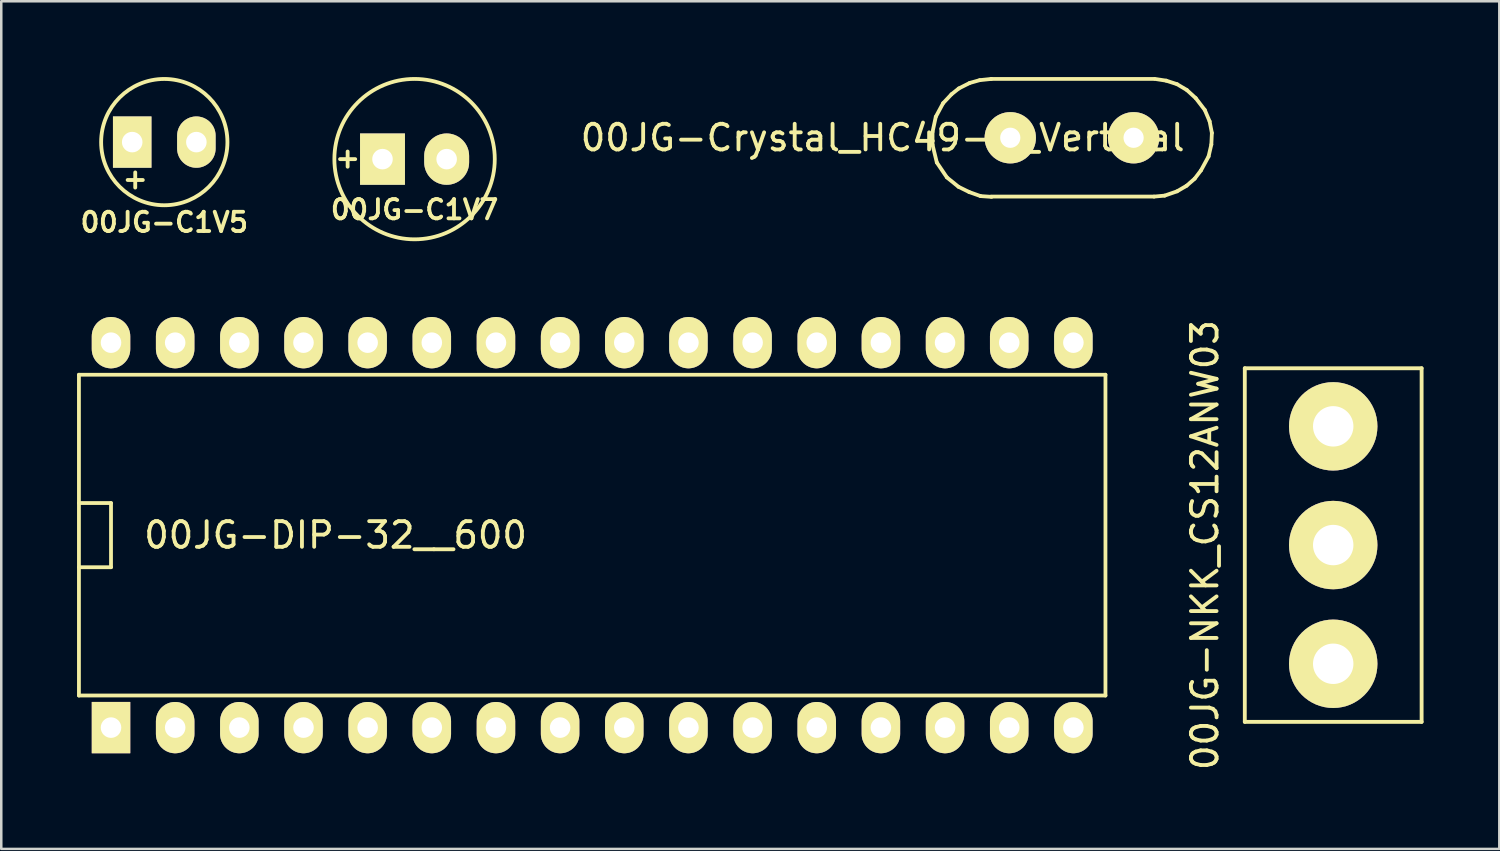
<source format=kicad_pcb>
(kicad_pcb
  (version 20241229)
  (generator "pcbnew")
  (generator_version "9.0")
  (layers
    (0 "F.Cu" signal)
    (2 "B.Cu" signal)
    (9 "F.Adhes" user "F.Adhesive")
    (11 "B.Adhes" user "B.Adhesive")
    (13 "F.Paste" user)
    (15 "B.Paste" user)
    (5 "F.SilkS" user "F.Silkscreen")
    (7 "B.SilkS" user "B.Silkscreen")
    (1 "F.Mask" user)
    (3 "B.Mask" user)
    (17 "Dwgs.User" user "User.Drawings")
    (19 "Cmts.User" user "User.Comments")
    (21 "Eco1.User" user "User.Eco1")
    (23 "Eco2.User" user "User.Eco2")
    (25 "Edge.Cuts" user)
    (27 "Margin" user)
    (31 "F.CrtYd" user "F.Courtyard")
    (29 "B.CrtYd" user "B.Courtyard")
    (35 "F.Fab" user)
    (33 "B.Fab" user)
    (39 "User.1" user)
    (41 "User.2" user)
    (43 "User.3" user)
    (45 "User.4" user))
  (footprint "00JG-C1V5"
    (layer "F.Cu")
    (at 3.454 2.576)
    (property "Reference" "00JG-C1V5" (at 0 3.175 0) (layer "F.SilkS") (effects (font (size 0.762 0.762) (thickness 0.152))))
    (attr through_hole)
    (fp_line (start -1.45 1.5) (end -0.85 1.5) (stroke (width 0.152) (type solid)) (layer "F.SilkS"))
    (fp_line (start -1.15 1.2) (end -1.15 1.8) (stroke (width 0.152) (type solid)) (layer "F.SilkS"))
    (fp_circle (center 0 0) (end 2.5 0) (stroke (width 0.152) (type solid)) (fill no) (layer "F.SilkS"))
    (pad "1" thru_hole rect (at -1.27 0) (size 1.524 2.032) (drill 0.813) (layers "*.Cu" "*.Mask" "F.SilkS"))
    (pad "2" thru_hole oval (at 1.27 0) (size 1.524 2.032) (drill 0.813) (layers "*.Cu" "*.Mask" "F.SilkS")))
  (footprint "00JG-C1V7"
    (layer "F.Cu")
    (at 13.363 3.25)
    (property "Reference" "00JG-C1V7" (at 0 2 0) (layer "F.SilkS") (effects (font (size 0.762 0.762) (thickness 0.152))))
    (attr through_hole)
    (fp_line (start -2.95 0) (end -2.35 0) (stroke (width 0.152) (type solid)) (layer "F.SilkS"))
    (fp_line (start -2.65 -0.3) (end -2.65 0.3) (stroke (width 0.152) (type solid)) (layer "F.SilkS"))
    (fp_circle (center 0 0) (end 3.175 0) (stroke (width 0.15) (type solid)) (fill no) (layer "F.SilkS"))
    (pad "1" thru_hole rect (at -1.27 0) (size 1.778 2.032) (drill 0.813) (layers "*.Cu" "*.Mask" "F.SilkS"))
    (pad "2" thru_hole oval (at 1.27 0) (size 1.778 2.032) (drill 0.813) (layers "*.Cu" "*.Mask" "F.SilkS")))
  (footprint "00JG-DIP-32__600"
    (layer "F.Cu")
    (at 20.395 18.136)
    (property "Reference" "00JG-DIP-32__600" (at -10.16 0 0) (layer "F.SilkS") (effects (font (size 1.016 1.016) (thickness 0.152))))
    (attr through_hole)
    (fp_line (start -20.32 -6.35) (end 20.32 -6.35) (stroke (width 0.15) (type solid)) (layer "F.SilkS"))
    (fp_line (start -20.32 1.27) (end -19.05 1.27) (stroke (width 0.15) (type solid)) (layer "F.SilkS"))
    (fp_line (start -20.32 6.35) (end -20.32 -6.35) (stroke (width 0.15) (type solid)) (layer "F.SilkS"))
    (fp_line (start -19.05 -1.27) (end -20.32 -1.27) (stroke (width 0.15) (type solid)) (layer "F.SilkS"))
    (fp_line (start -19.05 1.27) (end -19.05 -1.27) (stroke (width 0.15) (type solid)) (layer "F.SilkS"))
    (fp_line (start 20.32 -6.35) (end 20.32 6.35) (stroke (width 0.15) (type solid)) (layer "F.SilkS"))
    (fp_line (start 20.32 6.35) (end -20.32 6.35) (stroke (width 0.15) (type solid)) (layer "F.SilkS"))
    (pad "1" thru_hole rect (at -19.05 7.62) (size 1.524 2.032) (drill 0.813) (layers "*.Cu" "*.Mask" "F.SilkS"))
    (pad "2" thru_hole oval (at -16.51 7.62) (size 1.524 2.032) (drill 0.813) (layers "*.Cu" "*.Mask" "F.SilkS"))
    (pad "3" thru_hole oval (at -13.97 7.62) (size 1.524 2.032) (drill 0.813) (layers "*.Cu" "*.Mask" "F.SilkS"))
    (pad "4" thru_hole oval (at -11.43 7.62) (size 1.524 2.032) (drill 0.813) (layers "*.Cu" "*.Mask" "F.SilkS"))
    (pad "5" thru_hole oval (at -8.89 7.62) (size 1.524 2.032) (drill 0.813) (layers "*.Cu" "*.Mask" "F.SilkS"))
    (pad "6" thru_hole oval (at -6.35 7.62) (size 1.524 2.032) (drill 0.813) (layers "*.Cu" "*.Mask" "F.SilkS"))
    (pad "7" thru_hole oval (at -3.81 7.62) (size 1.524 2.032) (drill 0.813) (layers "*.Cu" "*.Mask" "F.SilkS"))
    (pad "8" thru_hole oval (at -1.27 7.62) (size 1.524 2.032) (drill 0.813) (layers "*.Cu" "*.Mask" "F.SilkS"))
    (pad "9" thru_hole oval (at 1.27 7.62) (size 1.524 2.032) (drill 0.813) (layers "*.Cu" "*.Mask" "F.SilkS"))
    (pad "10" thru_hole oval (at 3.81 7.62) (size 1.524 2.032) (drill 0.813) (layers "*.Cu" "*.Mask" "F.SilkS"))
    (pad "11" thru_hole oval (at 6.35 7.62) (size 1.524 2.032) (drill 0.813) (layers "*.Cu" "*.Mask" "F.SilkS"))
    (pad "12" thru_hole oval (at 8.89 7.62) (size 1.524 2.032) (drill 0.813) (layers "*.Cu" "*.Mask" "F.SilkS"))
    (pad "13" thru_hole oval (at 11.43 7.62) (size 1.524 2.032) (drill 0.813) (layers "*.Cu" "*.Mask" "F.SilkS"))
    (pad "14" thru_hole oval (at 13.97 7.62) (size 1.524 2.032) (drill 0.813) (layers "*.Cu" "*.Mask" "F.SilkS"))
    (pad "15" thru_hole oval (at 16.51 7.62) (size 1.524 2.032) (drill 0.813) (layers "*.Cu" "*.Mask" "F.SilkS"))
    (pad "16" thru_hole oval (at 19.05 7.62) (size 1.524 2.032) (drill 0.813) (layers "*.Cu" "*.Mask" "F.SilkS"))
    (pad "17" thru_hole oval (at 19.05 -7.62) (size 1.524 2.032) (drill 0.813) (layers "*.Cu" "*.Mask" "F.SilkS"))
    (pad "18" thru_hole oval (at 16.51 -7.62) (size 1.524 2.032) (drill 0.813) (layers "*.Cu" "*.Mask" "F.SilkS"))
    (pad "19" thru_hole oval (at 13.97 -7.62) (size 1.524 2.032) (drill 0.813) (layers "*.Cu" "*.Mask" "F.SilkS"))
    (pad "20" thru_hole oval (at 11.43 -7.62) (size 1.524 2.032) (drill 0.813) (layers "*.Cu" "*.Mask" "F.SilkS"))
    (pad "21" thru_hole oval (at 8.89 -7.62) (size 1.524 2.032) (drill 0.813) (layers "*.Cu" "*.Mask" "F.SilkS"))
    (pad "22" thru_hole oval (at 6.35 -7.62) (size 1.524 2.032) (drill 0.813) (layers "*.Cu" "*.Mask" "F.SilkS"))
    (pad "23" thru_hole oval (at 3.81 -7.62) (size 1.524 2.032) (drill 0.813) (layers "*.Cu" "*.Mask" "F.SilkS"))
    (pad "24" thru_hole oval (at 1.27 -7.62) (size 1.524 2.032) (drill 0.813) (layers "*.Cu" "*.Mask" "F.SilkS"))
    (pad "25" thru_hole oval (at -1.27 -7.62) (size 1.524 2.032) (drill 0.813) (layers "*.Cu" "*.Mask" "F.SilkS"))
    (pad "26" thru_hole oval (at -3.81 -7.62) (size 1.524 2.032) (drill 0.813) (layers "*.Cu" "*.Mask" "F.SilkS"))
    (pad "27" thru_hole oval (at -6.35 -7.62) (size 1.524 2.032) (drill 0.813) (layers "*.Cu" "*.Mask" "F.SilkS"))
    (pad "28" thru_hole oval (at -8.89 -7.62) (size 1.524 2.032) (drill 0.813) (layers "*.Cu" "*.Mask" "F.SilkS"))
    (pad "29" thru_hole oval (at -11.43 -7.62) (size 1.524 2.032) (drill 0.813) (layers "*.Cu" "*.Mask" "F.SilkS"))
    (pad "30" thru_hole oval (at -13.97 -7.62) (size 1.524 2.032) (drill 0.813) (layers "*.Cu" "*.Mask" "F.SilkS"))
    (pad "31" thru_hole oval (at -16.51 -7.62) (size 1.524 2.032) (drill 0.813) (layers "*.Cu" "*.Mask" "F.SilkS"))
    (pad "32" thru_hole oval (at -19.05 -7.62) (size 1.524 2.032) (drill 0.813) (layers "*.Cu" "*.Mask" "F.SilkS")))
  (footprint "00JG-NKK_CS12ANW03"
    (layer "F.Cu")
    (at 49.732 18.529)
    (property "Reference" "00JG-NKK_CS12ANW03" (at -5.08 0 90) (layer "F.SilkS") (effects (font (size 1.016 1.016) (thickness 0.152))))
    (attr through_hole)
    (fp_line (start -3.5 -7) (end 3.5 -7) (stroke (width 0.152) (type solid)) (layer "F.SilkS"))
    (fp_line (start -3.5 7) (end -3.5 -7) (stroke (width 0.152) (type solid)) (layer "F.SilkS"))
    (fp_line (start 3.5 -7) (end 3.5 7) (stroke (width 0.152) (type solid)) (layer "F.SilkS"))
    (fp_line (start 3.5 7) (end -3.5 7) (stroke (width 0.152) (type solid)) (layer "F.SilkS"))
    (pad "1" thru_hole circle (at 0 -4.7) (size 3.5 3.5) (drill 1.6) (layers "*.Cu" "*.Mask" "F.SilkS"))
    (pad "2" thru_hole circle (at 0 0) (size 3.5 3.5) (drill 1.6) (layers "*.Cu" "*.Mask" "F.SilkS"))
    (pad "3" thru_hole circle (at 0 4.7) (size 3.5 3.5) (drill 1.6) (layers "*.Cu" "*.Mask" "F.SilkS")))
  (footprint "00JG-Crystal_HC49-U_Vertical"
    (layer "F.Cu")
    (at 39.388 2.404)
    (property "Reference" "00JG-Crystal_HC49-U_Vertical" (at -7.493 0 0) (layer "F.SilkS") (effects (font (size 1.016 1.016) (thickness 0.152))))
    (attr through_hole)
    (fp_line (start -5.519 -0.231) (end -5.519 0.279) (stroke (width 0.15) (type solid)) (layer "F.SilkS"))
    (fp_line (start -5.519 0.279) (end -5.349 0.98) (stroke (width 0.15) (type solid)) (layer "F.SilkS"))
    (fp_line (start -5.39 -0.831) (end -5.519 -0.231) (stroke (width 0.15) (type solid)) (layer "F.SilkS"))
    (fp_line (start -5.349 0.98) (end -4.95 1.57) (stroke (width 0.15) (type solid)) (layer "F.SilkS"))
    (fp_line (start -5.1 -1.369) (end -5.39 -0.831) (stroke (width 0.15) (type solid)) (layer "F.SilkS"))
    (fp_line (start -4.95 1.57) (end -4.491 1.941) (stroke (width 0.15) (type solid)) (layer "F.SilkS"))
    (fp_line (start -4.77 -1.72) (end -5.1 -1.369) (stroke (width 0.15) (type solid)) (layer "F.SilkS"))
    (fp_line (start -4.491 1.941) (end -4.069 2.149) (stroke (width 0.15) (type solid)) (layer "F.SilkS"))
    (fp_line (start -4.481 -1.951) (end -4.77 -1.72) (stroke (width 0.15) (type solid)) (layer "F.SilkS"))
    (fp_line (start -4.069 2.149) (end -3.619 2.309) (stroke (width 0.15) (type solid)) (layer "F.SilkS"))
    (fp_line (start -4.049 -2.169) (end -4.481 -1.951) (stroke (width 0.15) (type solid)) (layer "F.SilkS"))
    (fp_line (start -3.65 -2.281) (end -4.049 -2.169) (stroke (width 0.15) (type solid)) (layer "F.SilkS"))
    (fp_line (start -3.619 2.309) (end -3.18 2.339) (stroke (width 0.15) (type solid)) (layer "F.SilkS"))
    (fp_line (start -3.2 -2.329) (end 3.251 -2.329) (stroke (width 0.15) (type solid)) (layer "F.SilkS"))
    (fp_line (start -3.2 2.329) (end 3.251 2.329) (stroke (width 0.15) (type solid)) (layer "F.SilkS"))
    (fp_line (start -3.19 -2.329) (end -3.65 -2.281) (stroke (width 0.15) (type solid)) (layer "F.SilkS"))
    (fp_line (start 3.251 2.329) (end 3.67 2.291) (stroke (width 0.15) (type solid)) (layer "F.SilkS"))
    (fp_line (start 3.67 2.291) (end 4.161 2.121) (stroke (width 0.15) (type solid)) (layer "F.SilkS"))
    (fp_line (start 3.731 -2.261) (end 3.289 -2.329) (stroke (width 0.15) (type solid)) (layer "F.SilkS"))
    (fp_line (start 4.161 -2.121) (end 3.731 -2.261) (stroke (width 0.15) (type solid)) (layer "F.SilkS"))
    (fp_line (start 4.161 2.121) (end 4.539 1.9) (stroke (width 0.15) (type solid)) (layer "F.SilkS"))
    (fp_line (start 4.539 1.9) (end 4.859 1.621) (stroke (width 0.15) (type solid)) (layer "F.SilkS"))
    (fp_line (start 4.549 -1.89) (end 4.161 -2.121) (stroke (width 0.15) (type solid)) (layer "F.SilkS"))
    (fp_line (start 4.859 1.621) (end 5.11 1.29) (stroke (width 0.15) (type solid)) (layer "F.SilkS"))
    (fp_line (start 4.9 -1.57) (end 4.549 -1.89) (stroke (width 0.15) (type solid)) (layer "F.SilkS"))
    (fp_line (start 5.11 1.29) (end 5.41 0.739) (stroke (width 0.15) (type solid)) (layer "F.SilkS"))
    (fp_line (start 5.26 -1.1) (end 4.9 -1.57) (stroke (width 0.15) (type solid)) (layer "F.SilkS"))
    (fp_line (start 5.41 0.739) (end 5.519 0.269) (stroke (width 0.15) (type solid)) (layer "F.SilkS"))
    (fp_line (start 5.451 -0.65) (end 5.26 -1.1) (stroke (width 0.15) (type solid)) (layer "F.SilkS"))
    (fp_line (start 5.519 0.269) (end 5.54 -0.191) (stroke (width 0.15) (type solid)) (layer "F.SilkS"))
    (fp_line (start 5.54 -0.191) (end 5.451 -0.65) (stroke (width 0.15) (type solid)) (layer "F.SilkS"))
    (pad "1" thru_hole circle (at -2.441 0) (size 2.032 2.032) (drill 0.8) (layers "*.Cu" "*.Mask" "F.SilkS"))
    (pad "2" thru_hole circle (at 2.441 0) (size 2.032 2.032) (drill 0.8) (layers "*.Cu" "*.Mask" "F.SilkS")))
  (gr_rect
    (start -3 -3)
    (end 56.308 30.558)
    (stroke (width 0.1) (type default))
    (fill no)
    (layer "Edge.Cuts")))
</source>
